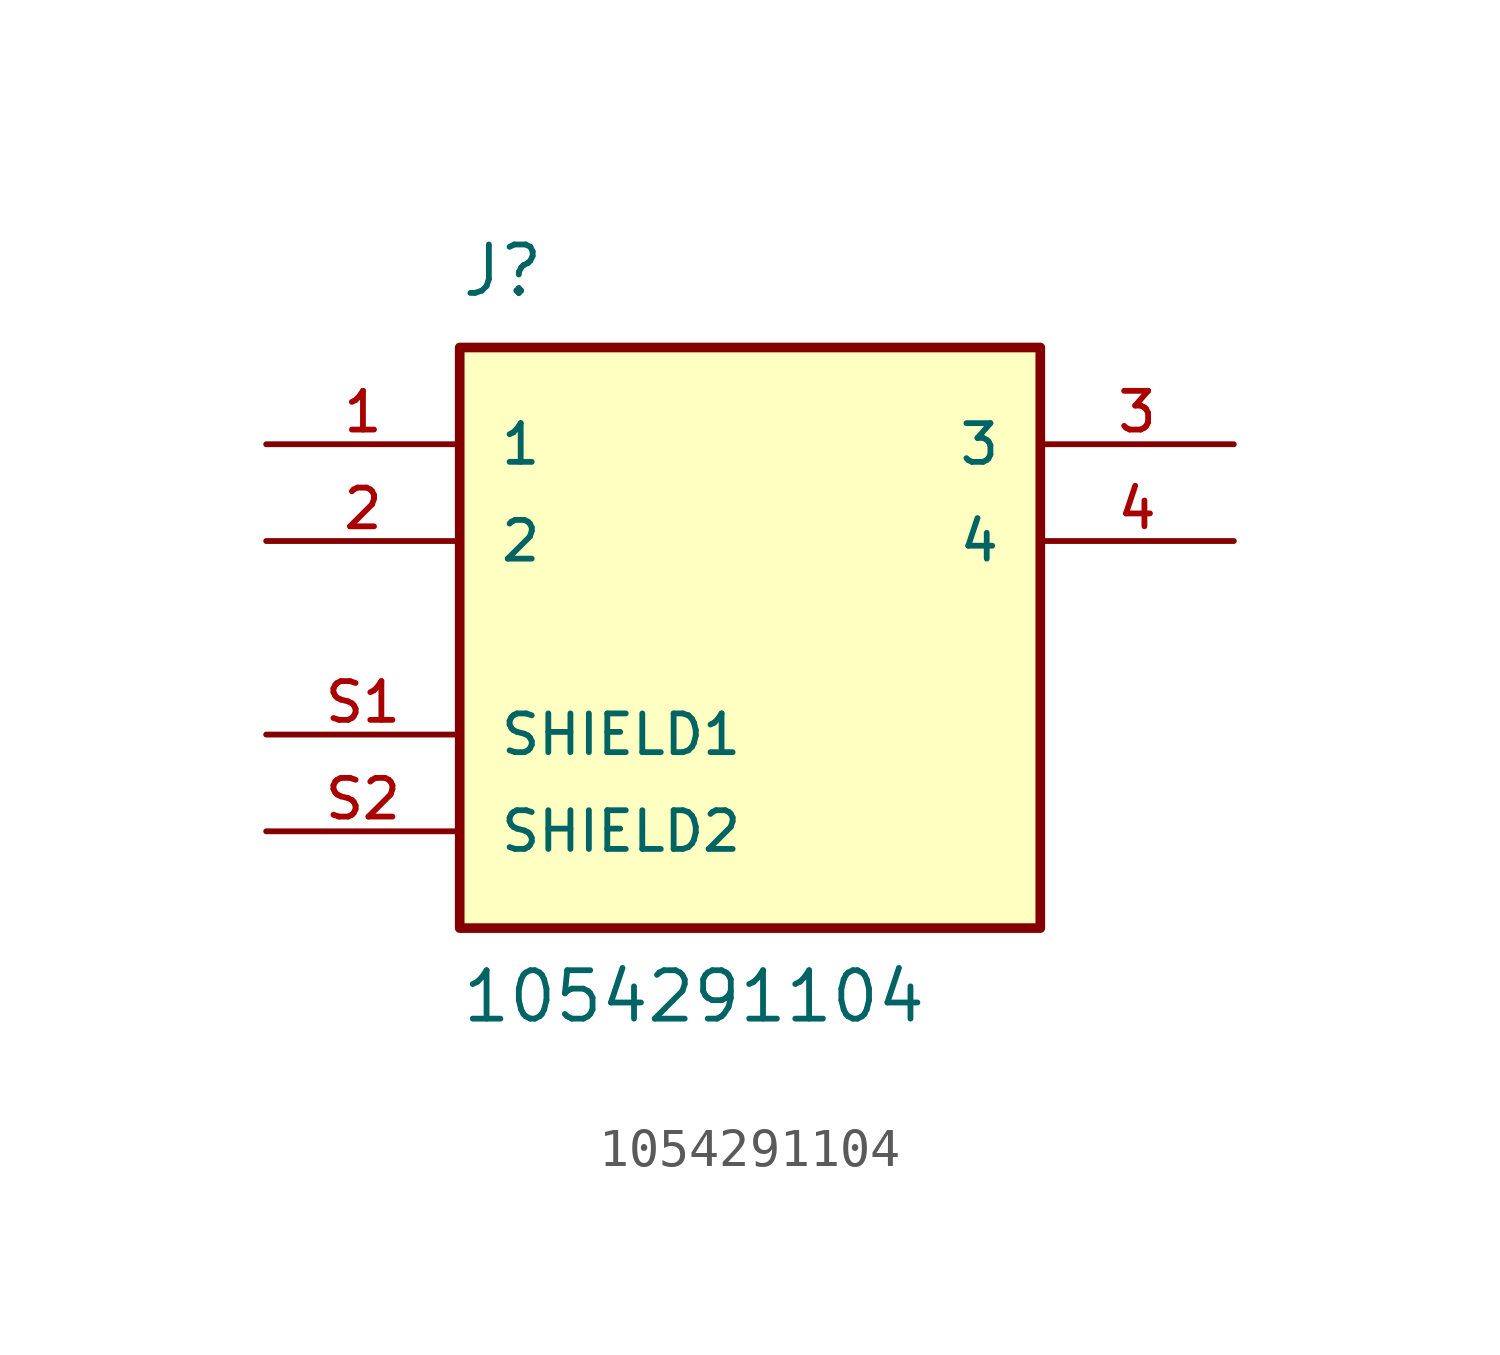
<source format=kicad_sym>
(kicad_symbol_lib
  (version 20220914)
  (generator kicad_symbol_editor)
  (symbol "1054291104"
    (pin_names
      (offset 1.016))
    (property "Reference" "J"
      (at -7.62 8.89 0)
      (effects (font (size 1.27 1.27)) (justify left bottom)))
    (property "Value" "1054291104"
      (at -7.62 -10.16 0)
      (effects (font (size 1.27 1.27)) (justify left bottom)))
    (symbol "1054291104_0_0"
      (rectangle (start -7.62 7.62) (end 7.62 -7.62) (stroke (width 0.254) (type default)) (fill (type background)))
      (pin passive line (at -12.7 5.08 0) (length 5.08) (name "1" (effects (font (size 1.016 1.016)))) (number "1" (effects (font (size 1.016 1.016)))))
      (pin passive line (at -12.7 2.54 0) (length 5.08) (name "2" (effects (font (size 1.016 1.016)))) (number "2" (effects (font (size 1.016 1.016)))))
      (pin passive line (at 12.7 5.08 180) (length 5.08) (name "3" (effects (font (size 1.016 1.016)))) (number "3" (effects (font (size 1.016 1.016)))))
      (pin passive line (at 12.7 2.54 180) (length 5.08) (name "4" (effects (font (size 1.016 1.016)))) (number "4" (effects (font (size 1.016 1.016)))))
      (pin passive line (at -12.7 -2.54 0) (length 5.08) (name "SHIELD1" (effects (font (size 1.016 1.016)))) (number "S1" (effects (font (size 1.016 1.016)))))
      (pin passive line (at -12.7 -5.08 0) (length 5.08) (name "SHIELD2" (effects (font (size 1.016 1.016)))) (number "S2" (effects (font (size 1.016 1.016))))))))
</source>
